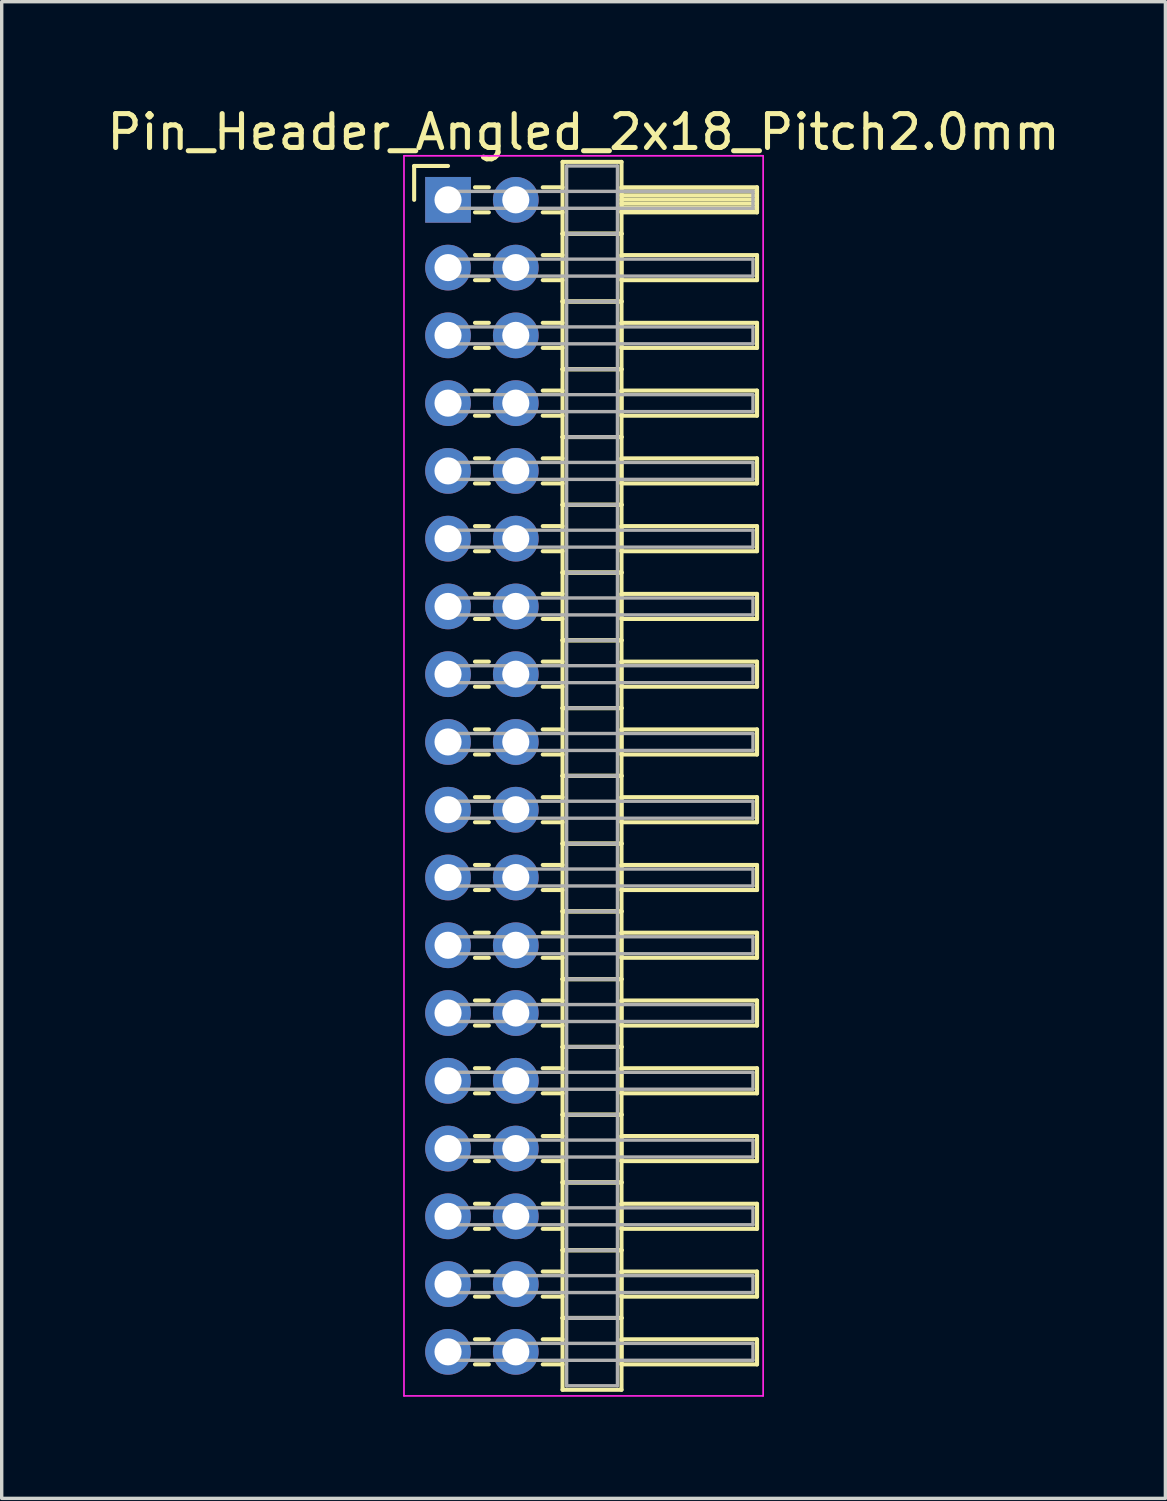
<source format=kicad_pcb>
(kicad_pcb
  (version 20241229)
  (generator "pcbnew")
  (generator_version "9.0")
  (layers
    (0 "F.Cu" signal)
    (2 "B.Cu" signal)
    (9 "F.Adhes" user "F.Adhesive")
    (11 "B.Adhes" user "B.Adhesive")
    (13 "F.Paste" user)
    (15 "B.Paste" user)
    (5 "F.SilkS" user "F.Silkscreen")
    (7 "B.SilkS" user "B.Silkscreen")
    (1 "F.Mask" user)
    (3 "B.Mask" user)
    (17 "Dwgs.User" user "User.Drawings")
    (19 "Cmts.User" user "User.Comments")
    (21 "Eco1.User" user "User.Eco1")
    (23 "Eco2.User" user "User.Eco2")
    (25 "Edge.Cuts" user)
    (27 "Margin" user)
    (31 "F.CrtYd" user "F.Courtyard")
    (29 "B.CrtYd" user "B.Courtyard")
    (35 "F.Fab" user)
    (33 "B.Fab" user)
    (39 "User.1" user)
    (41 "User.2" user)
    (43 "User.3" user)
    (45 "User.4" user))
  (footprint "Pin_Header_Angled_2x18_Pitch2.0mm"
    (layer "F.Cu")
    (at 10.173 2.848)
    (property "Reference" "Pin_Header_Angled_2x18_Pitch2.0mm" (at 4 -2 0) (layer "F.SilkS") (effects (font (size 1 1) (thickness 0.15))))
    (attr through_hole)
    (fp_line (start -1 -1) (end 0 -1) (stroke (width 0.12) (type solid)) (layer "F.SilkS"))
    (fp_line (start -1 0) (end -1 -1) (stroke (width 0.12) (type solid)) (layer "F.SilkS"))
    (fp_line (start 0.795 -0.37) (end 1.205 -0.37) (stroke (width 0.12) (type solid)) (layer "F.SilkS"))
    (fp_line (start 0.795 0.37) (end 1.205 0.37) (stroke (width 0.12) (type solid)) (layer "F.SilkS"))
    (fp_line (start 0.795 1.63) (end 1.205 1.63) (stroke (width 0.12) (type solid)) (layer "F.SilkS"))
    (fp_line (start 0.795 2.37) (end 1.205 2.37) (stroke (width 0.12) (type solid)) (layer "F.SilkS"))
    (fp_line (start 0.795 3.63) (end 1.205 3.63) (stroke (width 0.12) (type solid)) (layer "F.SilkS"))
    (fp_line (start 0.795 4.37) (end 1.205 4.37) (stroke (width 0.12) (type solid)) (layer "F.SilkS"))
    (fp_line (start 0.795 5.63) (end 1.205 5.63) (stroke (width 0.12) (type solid)) (layer "F.SilkS"))
    (fp_line (start 0.795 6.37) (end 1.205 6.37) (stroke (width 0.12) (type solid)) (layer "F.SilkS"))
    (fp_line (start 0.795 7.63) (end 1.205 7.63) (stroke (width 0.12) (type solid)) (layer "F.SilkS"))
    (fp_line (start 0.795 8.37) (end 1.205 8.37) (stroke (width 0.12) (type solid)) (layer "F.SilkS"))
    (fp_line (start 0.795 9.63) (end 1.205 9.63) (stroke (width 0.12) (type solid)) (layer "F.SilkS"))
    (fp_line (start 0.795 10.37) (end 1.205 10.37) (stroke (width 0.12) (type solid)) (layer "F.SilkS"))
    (fp_line (start 0.795 11.63) (end 1.205 11.63) (stroke (width 0.12) (type solid)) (layer "F.SilkS"))
    (fp_line (start 0.795 12.37) (end 1.205 12.37) (stroke (width 0.12) (type solid)) (layer "F.SilkS"))
    (fp_line (start 0.795 13.63) (end 1.205 13.63) (stroke (width 0.12) (type solid)) (layer "F.SilkS"))
    (fp_line (start 0.795 14.37) (end 1.205 14.37) (stroke (width 0.12) (type solid)) (layer "F.SilkS"))
    (fp_line (start 0.795 15.63) (end 1.205 15.63) (stroke (width 0.12) (type solid)) (layer "F.SilkS"))
    (fp_line (start 0.795 16.37) (end 1.205 16.37) (stroke (width 0.12) (type solid)) (layer "F.SilkS"))
    (fp_line (start 0.795 17.63) (end 1.205 17.63) (stroke (width 0.12) (type solid)) (layer "F.SilkS"))
    (fp_line (start 0.795 18.37) (end 1.205 18.37) (stroke (width 0.12) (type solid)) (layer "F.SilkS"))
    (fp_line (start 0.795 19.63) (end 1.205 19.63) (stroke (width 0.12) (type solid)) (layer "F.SilkS"))
    (fp_line (start 0.795 20.37) (end 1.205 20.37) (stroke (width 0.12) (type solid)) (layer "F.SilkS"))
    (fp_line (start 0.795 21.63) (end 1.205 21.63) (stroke (width 0.12) (type solid)) (layer "F.SilkS"))
    (fp_line (start 0.795 22.37) (end 1.205 22.37) (stroke (width 0.12) (type solid)) (layer "F.SilkS"))
    (fp_line (start 0.795 23.63) (end 1.205 23.63) (stroke (width 0.12) (type solid)) (layer "F.SilkS"))
    (fp_line (start 0.795 24.37) (end 1.205 24.37) (stroke (width 0.12) (type solid)) (layer "F.SilkS"))
    (fp_line (start 0.795 25.63) (end 1.205 25.63) (stroke (width 0.12) (type solid)) (layer "F.SilkS"))
    (fp_line (start 0.795 26.37) (end 1.205 26.37) (stroke (width 0.12) (type solid)) (layer "F.SilkS"))
    (fp_line (start 0.795 27.63) (end 1.205 27.63) (stroke (width 0.12) (type solid)) (layer "F.SilkS"))
    (fp_line (start 0.795 28.37) (end 1.205 28.37) (stroke (width 0.12) (type solid)) (layer "F.SilkS"))
    (fp_line (start 0.795 29.63) (end 1.205 29.63) (stroke (width 0.12) (type solid)) (layer "F.SilkS"))
    (fp_line (start 0.795 30.37) (end 1.205 30.37) (stroke (width 0.12) (type solid)) (layer "F.SilkS"))
    (fp_line (start 0.795 31.63) (end 1.205 31.63) (stroke (width 0.12) (type solid)) (layer "F.SilkS"))
    (fp_line (start 0.795 32.37) (end 1.205 32.37) (stroke (width 0.12) (type solid)) (layer "F.SilkS"))
    (fp_line (start 0.795 33.63) (end 1.205 33.63) (stroke (width 0.12) (type solid)) (layer "F.SilkS"))
    (fp_line (start 0.795 34.37) (end 1.205 34.37) (stroke (width 0.12) (type solid)) (layer "F.SilkS"))
    (fp_line (start 2.795 -0.37) (end 3.38 -0.37) (stroke (width 0.12) (type solid)) (layer "F.SilkS"))
    (fp_line (start 2.795 0.37) (end 3.38 0.37) (stroke (width 0.12) (type solid)) (layer "F.SilkS"))
    (fp_line (start 2.795 1.63) (end 3.38 1.63) (stroke (width 0.12) (type solid)) (layer "F.SilkS"))
    (fp_line (start 2.795 2.37) (end 3.38 2.37) (stroke (width 0.12) (type solid)) (layer "F.SilkS"))
    (fp_line (start 2.795 3.63) (end 3.38 3.63) (stroke (width 0.12) (type solid)) (layer "F.SilkS"))
    (fp_line (start 2.795 4.37) (end 3.38 4.37) (stroke (width 0.12) (type solid)) (layer "F.SilkS"))
    (fp_line (start 2.795 5.63) (end 3.38 5.63) (stroke (width 0.12) (type solid)) (layer "F.SilkS"))
    (fp_line (start 2.795 6.37) (end 3.38 6.37) (stroke (width 0.12) (type solid)) (layer "F.SilkS"))
    (fp_line (start 2.795 7.63) (end 3.38 7.63) (stroke (width 0.12) (type solid)) (layer "F.SilkS"))
    (fp_line (start 2.795 8.37) (end 3.38 8.37) (stroke (width 0.12) (type solid)) (layer "F.SilkS"))
    (fp_line (start 2.795 9.63) (end 3.38 9.63) (stroke (width 0.12) (type solid)) (layer "F.SilkS"))
    (fp_line (start 2.795 10.37) (end 3.38 10.37) (stroke (width 0.12) (type solid)) (layer "F.SilkS"))
    (fp_line (start 2.795 11.63) (end 3.38 11.63) (stroke (width 0.12) (type solid)) (layer "F.SilkS"))
    (fp_line (start 2.795 12.37) (end 3.38 12.37) (stroke (width 0.12) (type solid)) (layer "F.SilkS"))
    (fp_line (start 2.795 13.63) (end 3.38 13.63) (stroke (width 0.12) (type solid)) (layer "F.SilkS"))
    (fp_line (start 2.795 14.37) (end 3.38 14.37) (stroke (width 0.12) (type solid)) (layer "F.SilkS"))
    (fp_line (start 2.795 15.63) (end 3.38 15.63) (stroke (width 0.12) (type solid)) (layer "F.SilkS"))
    (fp_line (start 2.795 16.37) (end 3.38 16.37) (stroke (width 0.12) (type solid)) (layer "F.SilkS"))
    (fp_line (start 2.795 17.63) (end 3.38 17.63) (stroke (width 0.12) (type solid)) (layer "F.SilkS"))
    (fp_line (start 2.795 18.37) (end 3.38 18.37) (stroke (width 0.12) (type solid)) (layer "F.SilkS"))
    (fp_line (start 2.795 19.63) (end 3.38 19.63) (stroke (width 0.12) (type solid)) (layer "F.SilkS"))
    (fp_line (start 2.795 20.37) (end 3.38 20.37) (stroke (width 0.12) (type solid)) (layer "F.SilkS"))
    (fp_line (start 2.795 21.63) (end 3.38 21.63) (stroke (width 0.12) (type solid)) (layer "F.SilkS"))
    (fp_line (start 2.795 22.37) (end 3.38 22.37) (stroke (width 0.12) (type solid)) (layer "F.SilkS"))
    (fp_line (start 2.795 23.63) (end 3.38 23.63) (stroke (width 0.12) (type solid)) (layer "F.SilkS"))
    (fp_line (start 2.795 24.37) (end 3.38 24.37) (stroke (width 0.12) (type solid)) (layer "F.SilkS"))
    (fp_line (start 2.795 25.63) (end 3.38 25.63) (stroke (width 0.12) (type solid)) (layer "F.SilkS"))
    (fp_line (start 2.795 26.37) (end 3.38 26.37) (stroke (width 0.12) (type solid)) (layer "F.SilkS"))
    (fp_line (start 2.795 27.63) (end 3.38 27.63) (stroke (width 0.12) (type solid)) (layer "F.SilkS"))
    (fp_line (start 2.795 28.37) (end 3.38 28.37) (stroke (width 0.12) (type solid)) (layer "F.SilkS"))
    (fp_line (start 2.795 29.63) (end 3.38 29.63) (stroke (width 0.12) (type solid)) (layer "F.SilkS"))
    (fp_line (start 2.795 30.37) (end 3.38 30.37) (stroke (width 0.12) (type solid)) (layer "F.SilkS"))
    (fp_line (start 2.795 31.63) (end 3.38 31.63) (stroke (width 0.12) (type solid)) (layer "F.SilkS"))
    (fp_line (start 2.795 32.37) (end 3.38 32.37) (stroke (width 0.12) (type solid)) (layer "F.SilkS"))
    (fp_line (start 2.795 33.63) (end 3.38 33.63) (stroke (width 0.12) (type solid)) (layer "F.SilkS"))
    (fp_line (start 2.795 34.37) (end 3.38 34.37) (stroke (width 0.12) (type solid)) (layer "F.SilkS"))
    (fp_line (start 3.38 -1.12) (end 3.38 1) (stroke (width 0.12) (type solid)) (layer "F.SilkS"))
    (fp_line (start 3.38 1) (end 3.38 3) (stroke (width 0.12) (type solid)) (layer "F.SilkS"))
    (fp_line (start 3.38 1) (end 5.12 1) (stroke (width 0.12) (type solid)) (layer "F.SilkS"))
    (fp_line (start 3.38 3) (end 3.38 5) (stroke (width 0.12) (type solid)) (layer "F.SilkS"))
    (fp_line (start 3.38 3) (end 5.12 3) (stroke (width 0.12) (type solid)) (layer "F.SilkS"))
    (fp_line (start 3.38 5) (end 3.38 7) (stroke (width 0.12) (type solid)) (layer "F.SilkS"))
    (fp_line (start 3.38 5) (end 5.12 5) (stroke (width 0.12) (type solid)) (layer "F.SilkS"))
    (fp_line (start 3.38 7) (end 3.38 9) (stroke (width 0.12) (type solid)) (layer "F.SilkS"))
    (fp_line (start 3.38 7) (end 5.12 7) (stroke (width 0.12) (type solid)) (layer "F.SilkS"))
    (fp_line (start 3.38 9) (end 3.38 11) (stroke (width 0.12) (type solid)) (layer "F.SilkS"))
    (fp_line (start 3.38 9) (end 5.12 9) (stroke (width 0.12) (type solid)) (layer "F.SilkS"))
    (fp_line (start 3.38 11) (end 3.38 13) (stroke (width 0.12) (type solid)) (layer "F.SilkS"))
    (fp_line (start 3.38 11) (end 5.12 11) (stroke (width 0.12) (type solid)) (layer "F.SilkS"))
    (fp_line (start 3.38 13) (end 3.38 15) (stroke (width 0.12) (type solid)) (layer "F.SilkS"))
    (fp_line (start 3.38 13) (end 5.12 13) (stroke (width 0.12) (type solid)) (layer "F.SilkS"))
    (fp_line (start 3.38 15) (end 3.38 17) (stroke (width 0.12) (type solid)) (layer "F.SilkS"))
    (fp_line (start 3.38 15) (end 5.12 15) (stroke (width 0.12) (type solid)) (layer "F.SilkS"))
    (fp_line (start 3.38 17) (end 3.38 19) (stroke (width 0.12) (type solid)) (layer "F.SilkS"))
    (fp_line (start 3.38 17) (end 5.12 17) (stroke (width 0.12) (type solid)) (layer "F.SilkS"))
    (fp_line (start 3.38 19) (end 3.38 21) (stroke (width 0.12) (type solid)) (layer "F.SilkS"))
    (fp_line (start 3.38 19) (end 5.12 19) (stroke (width 0.12) (type solid)) (layer "F.SilkS"))
    (fp_line (start 3.38 21) (end 3.38 23) (stroke (width 0.12) (type solid)) (layer "F.SilkS"))
    (fp_line (start 3.38 21) (end 5.12 21) (stroke (width 0.12) (type solid)) (layer "F.SilkS"))
    (fp_line (start 3.38 23) (end 3.38 25) (stroke (width 0.12) (type solid)) (layer "F.SilkS"))
    (fp_line (start 3.38 23) (end 5.12 23) (stroke (width 0.12) (type solid)) (layer "F.SilkS"))
    (fp_line (start 3.38 25) (end 3.38 27) (stroke (width 0.12) (type solid)) (layer "F.SilkS"))
    (fp_line (start 3.38 25) (end 5.12 25) (stroke (width 0.12) (type solid)) (layer "F.SilkS"))
    (fp_line (start 3.38 27) (end 3.38 29) (stroke (width 0.12) (type solid)) (layer "F.SilkS"))
    (fp_line (start 3.38 27) (end 5.12 27) (stroke (width 0.12) (type solid)) (layer "F.SilkS"))
    (fp_line (start 3.38 29) (end 3.38 31) (stroke (width 0.12) (type solid)) (layer "F.SilkS"))
    (fp_line (start 3.38 29) (end 5.12 29) (stroke (width 0.12) (type solid)) (layer "F.SilkS"))
    (fp_line (start 3.38 31) (end 3.38 33) (stroke (width 0.12) (type solid)) (layer "F.SilkS"))
    (fp_line (start 3.38 31) (end 5.12 31) (stroke (width 0.12) (type solid)) (layer "F.SilkS"))
    (fp_line (start 3.38 33) (end 3.38 35.12) (stroke (width 0.12) (type solid)) (layer "F.SilkS"))
    (fp_line (start 3.38 33) (end 5.12 33) (stroke (width 0.12) (type solid)) (layer "F.SilkS"))
    (fp_line (start 3.38 35.12) (end 5.12 35.12) (stroke (width 0.12) (type solid)) (layer "F.SilkS"))
    (fp_line (start 5.12 -1.12) (end 3.38 -1.12) (stroke (width 0.12) (type solid)) (layer "F.SilkS"))
    (fp_line (start 5.12 -0.37) (end 5.12 0.37) (stroke (width 0.12) (type solid)) (layer "F.SilkS"))
    (fp_line (start 5.12 -0.25) (end 9.12 -0.25) (stroke (width 0.12) (type solid)) (layer "F.SilkS"))
    (fp_line (start 5.12 -0.13) (end 9.12 -0.13) (stroke (width 0.12) (type solid)) (layer "F.SilkS"))
    (fp_line (start 5.12 -0.01) (end 9.12 -0.01) (stroke (width 0.12) (type solid)) (layer "F.SilkS"))
    (fp_line (start 5.12 0.11) (end 9.12 0.11) (stroke (width 0.12) (type solid)) (layer "F.SilkS"))
    (fp_line (start 5.12 0.23) (end 9.12 0.23) (stroke (width 0.12) (type solid)) (layer "F.SilkS"))
    (fp_line (start 5.12 0.35) (end 9.12 0.35) (stroke (width 0.12) (type solid)) (layer "F.SilkS"))
    (fp_line (start 5.12 0.37) (end 9.12 0.37) (stroke (width 0.12) (type solid)) (layer "F.SilkS"))
    (fp_line (start 5.12 1) (end 3.38 1) (stroke (width 0.12) (type solid)) (layer "F.SilkS"))
    (fp_line (start 5.12 1) (end 5.12 -1.12) (stroke (width 0.12) (type solid)) (layer "F.SilkS"))
    (fp_line (start 5.12 1.63) (end 5.12 2.37) (stroke (width 0.12) (type solid)) (layer "F.SilkS"))
    (fp_line (start 5.12 2.37) (end 9.12 2.37) (stroke (width 0.12) (type solid)) (layer "F.SilkS"))
    (fp_line (start 5.12 3) (end 3.38 3) (stroke (width 0.12) (type solid)) (layer "F.SilkS"))
    (fp_line (start 5.12 3) (end 5.12 1) (stroke (width 0.12) (type solid)) (layer "F.SilkS"))
    (fp_line (start 5.12 3.63) (end 5.12 4.37) (stroke (width 0.12) (type solid)) (layer "F.SilkS"))
    (fp_line (start 5.12 4.37) (end 9.12 4.37) (stroke (width 0.12) (type solid)) (layer "F.SilkS"))
    (fp_line (start 5.12 5) (end 3.38 5) (stroke (width 0.12) (type solid)) (layer "F.SilkS"))
    (fp_line (start 5.12 5) (end 5.12 3) (stroke (width 0.12) (type solid)) (layer "F.SilkS"))
    (fp_line (start 5.12 5.63) (end 5.12 6.37) (stroke (width 0.12) (type solid)) (layer "F.SilkS"))
    (fp_line (start 5.12 6.37) (end 9.12 6.37) (stroke (width 0.12) (type solid)) (layer "F.SilkS"))
    (fp_line (start 5.12 7) (end 3.38 7) (stroke (width 0.12) (type solid)) (layer "F.SilkS"))
    (fp_line (start 5.12 7) (end 5.12 5) (stroke (width 0.12) (type solid)) (layer "F.SilkS"))
    (fp_line (start 5.12 7.63) (end 5.12 8.37) (stroke (width 0.12) (type solid)) (layer "F.SilkS"))
    (fp_line (start 5.12 8.37) (end 9.12 8.37) (stroke (width 0.12) (type solid)) (layer "F.SilkS"))
    (fp_line (start 5.12 9) (end 3.38 9) (stroke (width 0.12) (type solid)) (layer "F.SilkS"))
    (fp_line (start 5.12 9) (end 5.12 7) (stroke (width 0.12) (type solid)) (layer "F.SilkS"))
    (fp_line (start 5.12 9.63) (end 5.12 10.37) (stroke (width 0.12) (type solid)) (layer "F.SilkS"))
    (fp_line (start 5.12 10.37) (end 9.12 10.37) (stroke (width 0.12) (type solid)) (layer "F.SilkS"))
    (fp_line (start 5.12 11) (end 3.38 11) (stroke (width 0.12) (type solid)) (layer "F.SilkS"))
    (fp_line (start 5.12 11) (end 5.12 9) (stroke (width 0.12) (type solid)) (layer "F.SilkS"))
    (fp_line (start 5.12 11.63) (end 5.12 12.37) (stroke (width 0.12) (type solid)) (layer "F.SilkS"))
    (fp_line (start 5.12 12.37) (end 9.12 12.37) (stroke (width 0.12) (type solid)) (layer "F.SilkS"))
    (fp_line (start 5.12 13) (end 3.38 13) (stroke (width 0.12) (type solid)) (layer "F.SilkS"))
    (fp_line (start 5.12 13) (end 5.12 11) (stroke (width 0.12) (type solid)) (layer "F.SilkS"))
    (fp_line (start 5.12 13.63) (end 5.12 14.37) (stroke (width 0.12) (type solid)) (layer "F.SilkS"))
    (fp_line (start 5.12 14.37) (end 9.12 14.37) (stroke (width 0.12) (type solid)) (layer "F.SilkS"))
    (fp_line (start 5.12 15) (end 3.38 15) (stroke (width 0.12) (type solid)) (layer "F.SilkS"))
    (fp_line (start 5.12 15) (end 5.12 13) (stroke (width 0.12) (type solid)) (layer "F.SilkS"))
    (fp_line (start 5.12 15.63) (end 5.12 16.37) (stroke (width 0.12) (type solid)) (layer "F.SilkS"))
    (fp_line (start 5.12 16.37) (end 9.12 16.37) (stroke (width 0.12) (type solid)) (layer "F.SilkS"))
    (fp_line (start 5.12 17) (end 3.38 17) (stroke (width 0.12) (type solid)) (layer "F.SilkS"))
    (fp_line (start 5.12 17) (end 5.12 15) (stroke (width 0.12) (type solid)) (layer "F.SilkS"))
    (fp_line (start 5.12 17.63) (end 5.12 18.37) (stroke (width 0.12) (type solid)) (layer "F.SilkS"))
    (fp_line (start 5.12 18.37) (end 9.12 18.37) (stroke (width 0.12) (type solid)) (layer "F.SilkS"))
    (fp_line (start 5.12 19) (end 3.38 19) (stroke (width 0.12) (type solid)) (layer "F.SilkS"))
    (fp_line (start 5.12 19) (end 5.12 17) (stroke (width 0.12) (type solid)) (layer "F.SilkS"))
    (fp_line (start 5.12 19.63) (end 5.12 20.37) (stroke (width 0.12) (type solid)) (layer "F.SilkS"))
    (fp_line (start 5.12 20.37) (end 9.12 20.37) (stroke (width 0.12) (type solid)) (layer "F.SilkS"))
    (fp_line (start 5.12 21) (end 3.38 21) (stroke (width 0.12) (type solid)) (layer "F.SilkS"))
    (fp_line (start 5.12 21) (end 5.12 19) (stroke (width 0.12) (type solid)) (layer "F.SilkS"))
    (fp_line (start 5.12 21.63) (end 5.12 22.37) (stroke (width 0.12) (type solid)) (layer "F.SilkS"))
    (fp_line (start 5.12 22.37) (end 9.12 22.37) (stroke (width 0.12) (type solid)) (layer "F.SilkS"))
    (fp_line (start 5.12 23) (end 3.38 23) (stroke (width 0.12) (type solid)) (layer "F.SilkS"))
    (fp_line (start 5.12 23) (end 5.12 21) (stroke (width 0.12) (type solid)) (layer "F.SilkS"))
    (fp_line (start 5.12 23.63) (end 5.12 24.37) (stroke (width 0.12) (type solid)) (layer "F.SilkS"))
    (fp_line (start 5.12 24.37) (end 9.12 24.37) (stroke (width 0.12) (type solid)) (layer "F.SilkS"))
    (fp_line (start 5.12 25) (end 3.38 25) (stroke (width 0.12) (type solid)) (layer "F.SilkS"))
    (fp_line (start 5.12 25) (end 5.12 23) (stroke (width 0.12) (type solid)) (layer "F.SilkS"))
    (fp_line (start 5.12 25.63) (end 5.12 26.37) (stroke (width 0.12) (type solid)) (layer "F.SilkS"))
    (fp_line (start 5.12 26.37) (end 9.12 26.37) (stroke (width 0.12) (type solid)) (layer "F.SilkS"))
    (fp_line (start 5.12 27) (end 3.38 27) (stroke (width 0.12) (type solid)) (layer "F.SilkS"))
    (fp_line (start 5.12 27) (end 5.12 25) (stroke (width 0.12) (type solid)) (layer "F.SilkS"))
    (fp_line (start 5.12 27.63) (end 5.12 28.37) (stroke (width 0.12) (type solid)) (layer "F.SilkS"))
    (fp_line (start 5.12 28.37) (end 9.12 28.37) (stroke (width 0.12) (type solid)) (layer "F.SilkS"))
    (fp_line (start 5.12 29) (end 3.38 29) (stroke (width 0.12) (type solid)) (layer "F.SilkS"))
    (fp_line (start 5.12 29) (end 5.12 27) (stroke (width 0.12) (type solid)) (layer "F.SilkS"))
    (fp_line (start 5.12 29.63) (end 5.12 30.37) (stroke (width 0.12) (type solid)) (layer "F.SilkS"))
    (fp_line (start 5.12 30.37) (end 9.12 30.37) (stroke (width 0.12) (type solid)) (layer "F.SilkS"))
    (fp_line (start 5.12 31) (end 3.38 31) (stroke (width 0.12) (type solid)) (layer "F.SilkS"))
    (fp_line (start 5.12 31) (end 5.12 29) (stroke (width 0.12) (type solid)) (layer "F.SilkS"))
    (fp_line (start 5.12 31.63) (end 5.12 32.37) (stroke (width 0.12) (type solid)) (layer "F.SilkS"))
    (fp_line (start 5.12 32.37) (end 9.12 32.37) (stroke (width 0.12) (type solid)) (layer "F.SilkS"))
    (fp_line (start 5.12 33) (end 3.38 33) (stroke (width 0.12) (type solid)) (layer "F.SilkS"))
    (fp_line (start 5.12 33) (end 5.12 31) (stroke (width 0.12) (type solid)) (layer "F.SilkS"))
    (fp_line (start 5.12 33.63) (end 5.12 34.37) (stroke (width 0.12) (type solid)) (layer "F.SilkS"))
    (fp_line (start 5.12 34.37) (end 9.12 34.37) (stroke (width 0.12) (type solid)) (layer "F.SilkS"))
    (fp_line (start 5.12 35.12) (end 5.12 33) (stroke (width 0.12) (type solid)) (layer "F.SilkS"))
    (fp_line (start 9.12 -0.37) (end 5.12 -0.37) (stroke (width 0.12) (type solid)) (layer "F.SilkS"))
    (fp_line (start 9.12 0.37) (end 9.12 -0.37) (stroke (width 0.12) (type solid)) (layer "F.SilkS"))
    (fp_line (start 9.12 1.63) (end 5.12 1.63) (stroke (width 0.12) (type solid)) (layer "F.SilkS"))
    (fp_line (start 9.12 2.37) (end 9.12 1.63) (stroke (width 0.12) (type solid)) (layer "F.SilkS"))
    (fp_line (start 9.12 3.63) (end 5.12 3.63) (stroke (width 0.12) (type solid)) (layer "F.SilkS"))
    (fp_line (start 9.12 4.37) (end 9.12 3.63) (stroke (width 0.12) (type solid)) (layer "F.SilkS"))
    (fp_line (start 9.12 5.63) (end 5.12 5.63) (stroke (width 0.12) (type solid)) (layer "F.SilkS"))
    (fp_line (start 9.12 6.37) (end 9.12 5.63) (stroke (width 0.12) (type solid)) (layer "F.SilkS"))
    (fp_line (start 9.12 7.63) (end 5.12 7.63) (stroke (width 0.12) (type solid)) (layer "F.SilkS"))
    (fp_line (start 9.12 8.37) (end 9.12 7.63) (stroke (width 0.12) (type solid)) (layer "F.SilkS"))
    (fp_line (start 9.12 9.63) (end 5.12 9.63) (stroke (width 0.12) (type solid)) (layer "F.SilkS"))
    (fp_line (start 9.12 10.37) (end 9.12 9.63) (stroke (width 0.12) (type solid)) (layer "F.SilkS"))
    (fp_line (start 9.12 11.63) (end 5.12 11.63) (stroke (width 0.12) (type solid)) (layer "F.SilkS"))
    (fp_line (start 9.12 12.37) (end 9.12 11.63) (stroke (width 0.12) (type solid)) (layer "F.SilkS"))
    (fp_line (start 9.12 13.63) (end 5.12 13.63) (stroke (width 0.12) (type solid)) (layer "F.SilkS"))
    (fp_line (start 9.12 14.37) (end 9.12 13.63) (stroke (width 0.12) (type solid)) (layer "F.SilkS"))
    (fp_line (start 9.12 15.63) (end 5.12 15.63) (stroke (width 0.12) (type solid)) (layer "F.SilkS"))
    (fp_line (start 9.12 16.37) (end 9.12 15.63) (stroke (width 0.12) (type solid)) (layer "F.SilkS"))
    (fp_line (start 9.12 17.63) (end 5.12 17.63) (stroke (width 0.12) (type solid)) (layer "F.SilkS"))
    (fp_line (start 9.12 18.37) (end 9.12 17.63) (stroke (width 0.12) (type solid)) (layer "F.SilkS"))
    (fp_line (start 9.12 19.63) (end 5.12 19.63) (stroke (width 0.12) (type solid)) (layer "F.SilkS"))
    (fp_line (start 9.12 20.37) (end 9.12 19.63) (stroke (width 0.12) (type solid)) (layer "F.SilkS"))
    (fp_line (start 9.12 21.63) (end 5.12 21.63) (stroke (width 0.12) (type solid)) (layer "F.SilkS"))
    (fp_line (start 9.12 22.37) (end 9.12 21.63) (stroke (width 0.12) (type solid)) (layer "F.SilkS"))
    (fp_line (start 9.12 23.63) (end 5.12 23.63) (stroke (width 0.12) (type solid)) (layer "F.SilkS"))
    (fp_line (start 9.12 24.37) (end 9.12 23.63) (stroke (width 0.12) (type solid)) (layer "F.SilkS"))
    (fp_line (start 9.12 25.63) (end 5.12 25.63) (stroke (width 0.12) (type solid)) (layer "F.SilkS"))
    (fp_line (start 9.12 26.37) (end 9.12 25.63) (stroke (width 0.12) (type solid)) (layer "F.SilkS"))
    (fp_line (start 9.12 27.63) (end 5.12 27.63) (stroke (width 0.12) (type solid)) (layer "F.SilkS"))
    (fp_line (start 9.12 28.37) (end 9.12 27.63) (stroke (width 0.12) (type solid)) (layer "F.SilkS"))
    (fp_line (start 9.12 29.63) (end 5.12 29.63) (stroke (width 0.12) (type solid)) (layer "F.SilkS"))
    (fp_line (start 9.12 30.37) (end 9.12 29.63) (stroke (width 0.12) (type solid)) (layer "F.SilkS"))
    (fp_line (start 9.12 31.63) (end 5.12 31.63) (stroke (width 0.12) (type solid)) (layer "F.SilkS"))
    (fp_line (start 9.12 32.37) (end 9.12 31.63) (stroke (width 0.12) (type solid)) (layer "F.SilkS"))
    (fp_line (start 9.12 33.63) (end 5.12 33.63) (stroke (width 0.12) (type solid)) (layer "F.SilkS"))
    (fp_line (start 9.12 34.37) (end 9.12 33.63) (stroke (width 0.12) (type solid)) (layer "F.SilkS"))
    (fp_line (start -1.3 -1.3) (end -1.3 35.3) (stroke (width 0.05) (type solid)) (layer "F.CrtYd"))
    (fp_line (start -1.3 35.3) (end 9.3 35.3) (stroke (width 0.05) (type solid)) (layer "F.CrtYd"))
    (fp_line (start 9.3 -1.3) (end -1.3 -1.3) (stroke (width 0.05) (type solid)) (layer "F.CrtYd"))
    (fp_line (start 9.3 35.3) (end 9.3 -1.3) (stroke (width 0.05) (type solid)) (layer "F.CrtYd"))
    (fp_line (start 0 -0.25) (end 0 0.25) (stroke (width 0.1) (type solid)) (layer "F.Fab"))
    (fp_line (start 0 0.25) (end 9 0.25) (stroke (width 0.1) (type solid)) (layer "F.Fab"))
    (fp_line (start 0 1.75) (end 0 2.25) (stroke (width 0.1) (type solid)) (layer "F.Fab"))
    (fp_line (start 0 2.25) (end 9 2.25) (stroke (width 0.1) (type solid)) (layer "F.Fab"))
    (fp_line (start 0 3.75) (end 0 4.25) (stroke (width 0.1) (type solid)) (layer "F.Fab"))
    (fp_line (start 0 4.25) (end 9 4.25) (stroke (width 0.1) (type solid)) (layer "F.Fab"))
    (fp_line (start 0 5.75) (end 0 6.25) (stroke (width 0.1) (type solid)) (layer "F.Fab"))
    (fp_line (start 0 6.25) (end 9 6.25) (stroke (width 0.1) (type solid)) (layer "F.Fab"))
    (fp_line (start 0 7.75) (end 0 8.25) (stroke (width 0.1) (type solid)) (layer "F.Fab"))
    (fp_line (start 0 8.25) (end 9 8.25) (stroke (width 0.1) (type solid)) (layer "F.Fab"))
    (fp_line (start 0 9.75) (end 0 10.25) (stroke (width 0.1) (type solid)) (layer "F.Fab"))
    (fp_line (start 0 10.25) (end 9 10.25) (stroke (width 0.1) (type solid)) (layer "F.Fab"))
    (fp_line (start 0 11.75) (end 0 12.25) (stroke (width 0.1) (type solid)) (layer "F.Fab"))
    (fp_line (start 0 12.25) (end 9 12.25) (stroke (width 0.1) (type solid)) (layer "F.Fab"))
    (fp_line (start 0 13.75) (end 0 14.25) (stroke (width 0.1) (type solid)) (layer "F.Fab"))
    (fp_line (start 0 14.25) (end 9 14.25) (stroke (width 0.1) (type solid)) (layer "F.Fab"))
    (fp_line (start 0 15.75) (end 0 16.25) (stroke (width 0.1) (type solid)) (layer "F.Fab"))
    (fp_line (start 0 16.25) (end 9 16.25) (stroke (width 0.1) (type solid)) (layer "F.Fab"))
    (fp_line (start 0 17.75) (end 0 18.25) (stroke (width 0.1) (type solid)) (layer "F.Fab"))
    (fp_line (start 0 18.25) (end 9 18.25) (stroke (width 0.1) (type solid)) (layer "F.Fab"))
    (fp_line (start 0 19.75) (end 0 20.25) (stroke (width 0.1) (type solid)) (layer "F.Fab"))
    (fp_line (start 0 20.25) (end 9 20.25) (stroke (width 0.1) (type solid)) (layer "F.Fab"))
    (fp_line (start 0 21.75) (end 0 22.25) (stroke (width 0.1) (type solid)) (layer "F.Fab"))
    (fp_line (start 0 22.25) (end 9 22.25) (stroke (width 0.1) (type solid)) (layer "F.Fab"))
    (fp_line (start 0 23.75) (end 0 24.25) (stroke (width 0.1) (type solid)) (layer "F.Fab"))
    (fp_line (start 0 24.25) (end 9 24.25) (stroke (width 0.1) (type solid)) (layer "F.Fab"))
    (fp_line (start 0 25.75) (end 0 26.25) (stroke (width 0.1) (type solid)) (layer "F.Fab"))
    (fp_line (start 0 26.25) (end 9 26.25) (stroke (width 0.1) (type solid)) (layer "F.Fab"))
    (fp_line (start 0 27.75) (end 0 28.25) (stroke (width 0.1) (type solid)) (layer "F.Fab"))
    (fp_line (start 0 28.25) (end 9 28.25) (stroke (width 0.1) (type solid)) (layer "F.Fab"))
    (fp_line (start 0 29.75) (end 0 30.25) (stroke (width 0.1) (type solid)) (layer "F.Fab"))
    (fp_line (start 0 30.25) (end 9 30.25) (stroke (width 0.1) (type solid)) (layer "F.Fab"))
    (fp_line (start 0 31.75) (end 0 32.25) (stroke (width 0.1) (type solid)) (layer "F.Fab"))
    (fp_line (start 0 32.25) (end 9 32.25) (stroke (width 0.1) (type solid)) (layer "F.Fab"))
    (fp_line (start 0 33.75) (end 0 34.25) (stroke (width 0.1) (type solid)) (layer "F.Fab"))
    (fp_line (start 0 34.25) (end 9 34.25) (stroke (width 0.1) (type solid)) (layer "F.Fab"))
    (fp_line (start 3.5 -1) (end 3.5 1) (stroke (width 0.1) (type solid)) (layer "F.Fab"))
    (fp_line (start 3.5 1) (end 3.5 3) (stroke (width 0.1) (type solid)) (layer "F.Fab"))
    (fp_line (start 3.5 1) (end 5 1) (stroke (width 0.1) (type solid)) (layer "F.Fab"))
    (fp_line (start 3.5 3) (end 3.5 5) (stroke (width 0.1) (type solid)) (layer "F.Fab"))
    (fp_line (start 3.5 3) (end 5 3) (stroke (width 0.1) (type solid)) (layer "F.Fab"))
    (fp_line (start 3.5 5) (end 3.5 7) (stroke (width 0.1) (type solid)) (layer "F.Fab"))
    (fp_line (start 3.5 5) (end 5 5) (stroke (width 0.1) (type solid)) (layer "F.Fab"))
    (fp_line (start 3.5 7) (end 3.5 9) (stroke (width 0.1) (type solid)) (layer "F.Fab"))
    (fp_line (start 3.5 7) (end 5 7) (stroke (width 0.1) (type solid)) (layer "F.Fab"))
    (fp_line (start 3.5 9) (end 3.5 11) (stroke (width 0.1) (type solid)) (layer "F.Fab"))
    (fp_line (start 3.5 9) (end 5 9) (stroke (width 0.1) (type solid)) (layer "F.Fab"))
    (fp_line (start 3.5 11) (end 3.5 13) (stroke (width 0.1) (type solid)) (layer "F.Fab"))
    (fp_line (start 3.5 11) (end 5 11) (stroke (width 0.1) (type solid)) (layer "F.Fab"))
    (fp_line (start 3.5 13) (end 3.5 15) (stroke (width 0.1) (type solid)) (layer "F.Fab"))
    (fp_line (start 3.5 13) (end 5 13) (stroke (width 0.1) (type solid)) (layer "F.Fab"))
    (fp_line (start 3.5 15) (end 3.5 17) (stroke (width 0.1) (type solid)) (layer "F.Fab"))
    (fp_line (start 3.5 15) (end 5 15) (stroke (width 0.1) (type solid)) (layer "F.Fab"))
    (fp_line (start 3.5 17) (end 3.5 19) (stroke (width 0.1) (type solid)) (layer "F.Fab"))
    (fp_line (start 3.5 17) (end 5 17) (stroke (width 0.1) (type solid)) (layer "F.Fab"))
    (fp_line (start 3.5 19) (end 3.5 21) (stroke (width 0.1) (type solid)) (layer "F.Fab"))
    (fp_line (start 3.5 19) (end 5 19) (stroke (width 0.1) (type solid)) (layer "F.Fab"))
    (fp_line (start 3.5 21) (end 3.5 23) (stroke (width 0.1) (type solid)) (layer "F.Fab"))
    (fp_line (start 3.5 21) (end 5 21) (stroke (width 0.1) (type solid)) (layer "F.Fab"))
    (fp_line (start 3.5 23) (end 3.5 25) (stroke (width 0.1) (type solid)) (layer "F.Fab"))
    (fp_line (start 3.5 23) (end 5 23) (stroke (width 0.1) (type solid)) (layer "F.Fab"))
    (fp_line (start 3.5 25) (end 3.5 27) (stroke (width 0.1) (type solid)) (layer "F.Fab"))
    (fp_line (start 3.5 25) (end 5 25) (stroke (width 0.1) (type solid)) (layer "F.Fab"))
    (fp_line (start 3.5 27) (end 3.5 29) (stroke (width 0.1) (type solid)) (layer "F.Fab"))
    (fp_line (start 3.5 27) (end 5 27) (stroke (width 0.1) (type solid)) (layer "F.Fab"))
    (fp_line (start 3.5 29) (end 3.5 31) (stroke (width 0.1) (type solid)) (layer "F.Fab"))
    (fp_line (start 3.5 29) (end 5 29) (stroke (width 0.1) (type solid)) (layer "F.Fab"))
    (fp_line (start 3.5 31) (end 3.5 33) (stroke (width 0.1) (type solid)) (layer "F.Fab"))
    (fp_line (start 3.5 31) (end 5 31) (stroke (width 0.1) (type solid)) (layer "F.Fab"))
    (fp_line (start 3.5 33) (end 3.5 35) (stroke (width 0.1) (type solid)) (layer "F.Fab"))
    (fp_line (start 3.5 33) (end 5 33) (stroke (width 0.1) (type solid)) (layer "F.Fab"))
    (fp_line (start 3.5 35) (end 5 35) (stroke (width 0.1) (type solid)) (layer "F.Fab"))
    (fp_line (start 5 -1) (end 3.5 -1) (stroke (width 0.1) (type solid)) (layer "F.Fab"))
    (fp_line (start 5 1) (end 3.5 1) (stroke (width 0.1) (type solid)) (layer "F.Fab"))
    (fp_line (start 5 1) (end 5 -1) (stroke (width 0.1) (type solid)) (layer "F.Fab"))
    (fp_line (start 5 3) (end 3.5 3) (stroke (width 0.1) (type solid)) (layer "F.Fab"))
    (fp_line (start 5 3) (end 5 1) (stroke (width 0.1) (type solid)) (layer "F.Fab"))
    (fp_line (start 5 5) (end 3.5 5) (stroke (width 0.1) (type solid)) (layer "F.Fab"))
    (fp_line (start 5 5) (end 5 3) (stroke (width 0.1) (type solid)) (layer "F.Fab"))
    (fp_line (start 5 7) (end 3.5 7) (stroke (width 0.1) (type solid)) (layer "F.Fab"))
    (fp_line (start 5 7) (end 5 5) (stroke (width 0.1) (type solid)) (layer "F.Fab"))
    (fp_line (start 5 9) (end 3.5 9) (stroke (width 0.1) (type solid)) (layer "F.Fab"))
    (fp_line (start 5 9) (end 5 7) (stroke (width 0.1) (type solid)) (layer "F.Fab"))
    (fp_line (start 5 11) (end 3.5 11) (stroke (width 0.1) (type solid)) (layer "F.Fab"))
    (fp_line (start 5 11) (end 5 9) (stroke (width 0.1) (type solid)) (layer "F.Fab"))
    (fp_line (start 5 13) (end 3.5 13) (stroke (width 0.1) (type solid)) (layer "F.Fab"))
    (fp_line (start 5 13) (end 5 11) (stroke (width 0.1) (type solid)) (layer "F.Fab"))
    (fp_line (start 5 15) (end 3.5 15) (stroke (width 0.1) (type solid)) (layer "F.Fab"))
    (fp_line (start 5 15) (end 5 13) (stroke (width 0.1) (type solid)) (layer "F.Fab"))
    (fp_line (start 5 17) (end 3.5 17) (stroke (width 0.1) (type solid)) (layer "F.Fab"))
    (fp_line (start 5 17) (end 5 15) (stroke (width 0.1) (type solid)) (layer "F.Fab"))
    (fp_line (start 5 19) (end 3.5 19) (stroke (width 0.1) (type solid)) (layer "F.Fab"))
    (fp_line (start 5 19) (end 5 17) (stroke (width 0.1) (type solid)) (layer "F.Fab"))
    (fp_line (start 5 21) (end 3.5 21) (stroke (width 0.1) (type solid)) (layer "F.Fab"))
    (fp_line (start 5 21) (end 5 19) (stroke (width 0.1) (type solid)) (layer "F.Fab"))
    (fp_line (start 5 23) (end 3.5 23) (stroke (width 0.1) (type solid)) (layer "F.Fab"))
    (fp_line (start 5 23) (end 5 21) (stroke (width 0.1) (type solid)) (layer "F.Fab"))
    (fp_line (start 5 25) (end 3.5 25) (stroke (width 0.1) (type solid)) (layer "F.Fab"))
    (fp_line (start 5 25) (end 5 23) (stroke (width 0.1) (type solid)) (layer "F.Fab"))
    (fp_line (start 5 27) (end 3.5 27) (stroke (width 0.1) (type solid)) (layer "F.Fab"))
    (fp_line (start 5 27) (end 5 25) (stroke (width 0.1) (type solid)) (layer "F.Fab"))
    (fp_line (start 5 29) (end 3.5 29) (stroke (width 0.1) (type solid)) (layer "F.Fab"))
    (fp_line (start 5 29) (end 5 27) (stroke (width 0.1) (type solid)) (layer "F.Fab"))
    (fp_line (start 5 31) (end 3.5 31) (stroke (width 0.1) (type solid)) (layer "F.Fab"))
    (fp_line (start 5 31) (end 5 29) (stroke (width 0.1) (type solid)) (layer "F.Fab"))
    (fp_line (start 5 33) (end 3.5 33) (stroke (width 0.1) (type solid)) (layer "F.Fab"))
    (fp_line (start 5 33) (end 5 31) (stroke (width 0.1) (type solid)) (layer "F.Fab"))
    (fp_line (start 5 35) (end 5 33) (stroke (width 0.1) (type solid)) (layer "F.Fab"))
    (fp_line (start 9 -0.25) (end 0 -0.25) (stroke (width 0.1) (type solid)) (layer "F.Fab"))
    (fp_line (start 9 0.25) (end 9 -0.25) (stroke (width 0.1) (type solid)) (layer "F.Fab"))
    (fp_line (start 9 1.75) (end 0 1.75) (stroke (width 0.1) (type solid)) (layer "F.Fab"))
    (fp_line (start 9 2.25) (end 9 1.75) (stroke (width 0.1) (type solid)) (layer "F.Fab"))
    (fp_line (start 9 3.75) (end 0 3.75) (stroke (width 0.1) (type solid)) (layer "F.Fab"))
    (fp_line (start 9 4.25) (end 9 3.75) (stroke (width 0.1) (type solid)) (layer "F.Fab"))
    (fp_line (start 9 5.75) (end 0 5.75) (stroke (width 0.1) (type solid)) (layer "F.Fab"))
    (fp_line (start 9 6.25) (end 9 5.75) (stroke (width 0.1) (type solid)) (layer "F.Fab"))
    (fp_line (start 9 7.75) (end 0 7.75) (stroke (width 0.1) (type solid)) (layer "F.Fab"))
    (fp_line (start 9 8.25) (end 9 7.75) (stroke (width 0.1) (type solid)) (layer "F.Fab"))
    (fp_line (start 9 9.75) (end 0 9.75) (stroke (width 0.1) (type solid)) (layer "F.Fab"))
    (fp_line (start 9 10.25) (end 9 9.75) (stroke (width 0.1) (type solid)) (layer "F.Fab"))
    (fp_line (start 9 11.75) (end 0 11.75) (stroke (width 0.1) (type solid)) (layer "F.Fab"))
    (fp_line (start 9 12.25) (end 9 11.75) (stroke (width 0.1) (type solid)) (layer "F.Fab"))
    (fp_line (start 9 13.75) (end 0 13.75) (stroke (width 0.1) (type solid)) (layer "F.Fab"))
    (fp_line (start 9 14.25) (end 9 13.75) (stroke (width 0.1) (type solid)) (layer "F.Fab"))
    (fp_line (start 9 15.75) (end 0 15.75) (stroke (width 0.1) (type solid)) (layer "F.Fab"))
    (fp_line (start 9 16.25) (end 9 15.75) (stroke (width 0.1) (type solid)) (layer "F.Fab"))
    (fp_line (start 9 17.75) (end 0 17.75) (stroke (width 0.1) (type solid)) (layer "F.Fab"))
    (fp_line (start 9 18.25) (end 9 17.75) (stroke (width 0.1) (type solid)) (layer "F.Fab"))
    (fp_line (start 9 19.75) (end 0 19.75) (stroke (width 0.1) (type solid)) (layer "F.Fab"))
    (fp_line (start 9 20.25) (end 9 19.75) (stroke (width 0.1) (type solid)) (layer "F.Fab"))
    (fp_line (start 9 21.75) (end 0 21.75) (stroke (width 0.1) (type solid)) (layer "F.Fab"))
    (fp_line (start 9 22.25) (end 9 21.75) (stroke (width 0.1) (type solid)) (layer "F.Fab"))
    (fp_line (start 9 23.75) (end 0 23.75) (stroke (width 0.1) (type solid)) (layer "F.Fab"))
    (fp_line (start 9 24.25) (end 9 23.75) (stroke (width 0.1) (type solid)) (layer "F.Fab"))
    (fp_line (start 9 25.75) (end 0 25.75) (stroke (width 0.1) (type solid)) (layer "F.Fab"))
    (fp_line (start 9 26.25) (end 9 25.75) (stroke (width 0.1) (type solid)) (layer "F.Fab"))
    (fp_line (start 9 27.75) (end 0 27.75) (stroke (width 0.1) (type solid)) (layer "F.Fab"))
    (fp_line (start 9 28.25) (end 9 27.75) (stroke (width 0.1) (type solid)) (layer "F.Fab"))
    (fp_line (start 9 29.75) (end 0 29.75) (stroke (width 0.1) (type solid)) (layer "F.Fab"))
    (fp_line (start 9 30.25) (end 9 29.75) (stroke (width 0.1) (type solid)) (layer "F.Fab"))
    (fp_line (start 9 31.75) (end 0 31.75) (stroke (width 0.1) (type solid)) (layer "F.Fab"))
    (fp_line (start 9 32.25) (end 9 31.75) (stroke (width 0.1) (type solid)) (layer "F.Fab"))
    (fp_line (start 9 33.75) (end 0 33.75) (stroke (width 0.1) (type solid)) (layer "F.Fab"))
    (fp_line (start 9 34.25) (end 9 33.75) (stroke (width 0.1) (type solid)) (layer "F.Fab"))
    (pad "1" thru_hole rect (at 0 0) (size 1.35 1.35) (drill 0.8) (layers "*.Cu" "*.Mask"))
    (pad "2" thru_hole oval (at 2 0) (size 1.35 1.35) (drill 0.8) (layers "*.Cu" "*.Mask"))
    (pad "3" thru_hole oval (at 0 2) (size 1.35 1.35) (drill 0.8) (layers "*.Cu" "*.Mask"))
    (pad "4" thru_hole oval (at 2 2) (size 1.35 1.35) (drill 0.8) (layers "*.Cu" "*.Mask"))
    (pad "5" thru_hole oval (at 0 4) (size 1.35 1.35) (drill 0.8) (layers "*.Cu" "*.Mask"))
    (pad "6" thru_hole oval (at 2 4) (size 1.35 1.35) (drill 0.8) (layers "*.Cu" "*.Mask"))
    (pad "7" thru_hole oval (at 0 6) (size 1.35 1.35) (drill 0.8) (layers "*.Cu" "*.Mask"))
    (pad "8" thru_hole oval (at 2 6) (size 1.35 1.35) (drill 0.8) (layers "*.Cu" "*.Mask"))
    (pad "9" thru_hole oval (at 0 8) (size 1.35 1.35) (drill 0.8) (layers "*.Cu" "*.Mask"))
    (pad "10" thru_hole oval (at 2 8) (size 1.35 1.35) (drill 0.8) (layers "*.Cu" "*.Mask"))
    (pad "11" thru_hole oval (at 0 10) (size 1.35 1.35) (drill 0.8) (layers "*.Cu" "*.Mask"))
    (pad "12" thru_hole oval (at 2 10) (size 1.35 1.35) (drill 0.8) (layers "*.Cu" "*.Mask"))
    (pad "13" thru_hole oval (at 0 12) (size 1.35 1.35) (drill 0.8) (layers "*.Cu" "*.Mask"))
    (pad "14" thru_hole oval (at 2 12) (size 1.35 1.35) (drill 0.8) (layers "*.Cu" "*.Mask"))
    (pad "15" thru_hole oval (at 0 14) (size 1.35 1.35) (drill 0.8) (layers "*.Cu" "*.Mask"))
    (pad "16" thru_hole oval (at 2 14) (size 1.35 1.35) (drill 0.8) (layers "*.Cu" "*.Mask"))
    (pad "17" thru_hole oval (at 0 16) (size 1.35 1.35) (drill 0.8) (layers "*.Cu" "*.Mask"))
    (pad "18" thru_hole oval (at 2 16) (size 1.35 1.35) (drill 0.8) (layers "*.Cu" "*.Mask"))
    (pad "19" thru_hole oval (at 0 18) (size 1.35 1.35) (drill 0.8) (layers "*.Cu" "*.Mask"))
    (pad "20" thru_hole oval (at 2 18) (size 1.35 1.35) (drill 0.8) (layers "*.Cu" "*.Mask"))
    (pad "21" thru_hole oval (at 0 20) (size 1.35 1.35) (drill 0.8) (layers "*.Cu" "*.Mask"))
    (pad "22" thru_hole oval (at 2 20) (size 1.35 1.35) (drill 0.8) (layers "*.Cu" "*.Mask"))
    (pad "23" thru_hole oval (at 0 22) (size 1.35 1.35) (drill 0.8) (layers "*.Cu" "*.Mask"))
    (pad "24" thru_hole oval (at 2 22) (size 1.35 1.35) (drill 0.8) (layers "*.Cu" "*.Mask"))
    (pad "25" thru_hole oval (at 0 24) (size 1.35 1.35) (drill 0.8) (layers "*.Cu" "*.Mask"))
    (pad "26" thru_hole oval (at 2 24) (size 1.35 1.35) (drill 0.8) (layers "*.Cu" "*.Mask"))
    (pad "27" thru_hole oval (at 0 26) (size 1.35 1.35) (drill 0.8) (layers "*.Cu" "*.Mask"))
    (pad "28" thru_hole oval (at 2 26) (size 1.35 1.35) (drill 0.8) (layers "*.Cu" "*.Mask"))
    (pad "29" thru_hole oval (at 0 28) (size 1.35 1.35) (drill 0.8) (layers "*.Cu" "*.Mask"))
    (pad "30" thru_hole oval (at 2 28) (size 1.35 1.35) (drill 0.8) (layers "*.Cu" "*.Mask"))
    (pad "31" thru_hole oval (at 0 30) (size 1.35 1.35) (drill 0.8) (layers "*.Cu" "*.Mask"))
    (pad "32" thru_hole oval (at 2 30) (size 1.35 1.35) (drill 0.8) (layers "*.Cu" "*.Mask"))
    (pad "33" thru_hole oval (at 0 32) (size 1.35 1.35) (drill 0.8) (layers "*.Cu" "*.Mask"))
    (pad "34" thru_hole oval (at 2 32) (size 1.35 1.35) (drill 0.8) (layers "*.Cu" "*.Mask"))
    (pad "35" thru_hole oval (at 0 34) (size 1.35 1.35) (drill 0.8) (layers "*.Cu" "*.Mask"))
    (pad "36" thru_hole oval (at 2 34) (size 1.35 1.35) (drill 0.8) (layers "*.Cu" "*.Mask")))
  (gr_rect
    (start -3 -3)
    (end 31.345 41.173)
    (stroke (width 0.1) (type default))
    (fill no)
    (layer "Edge.Cuts")))
</source>
